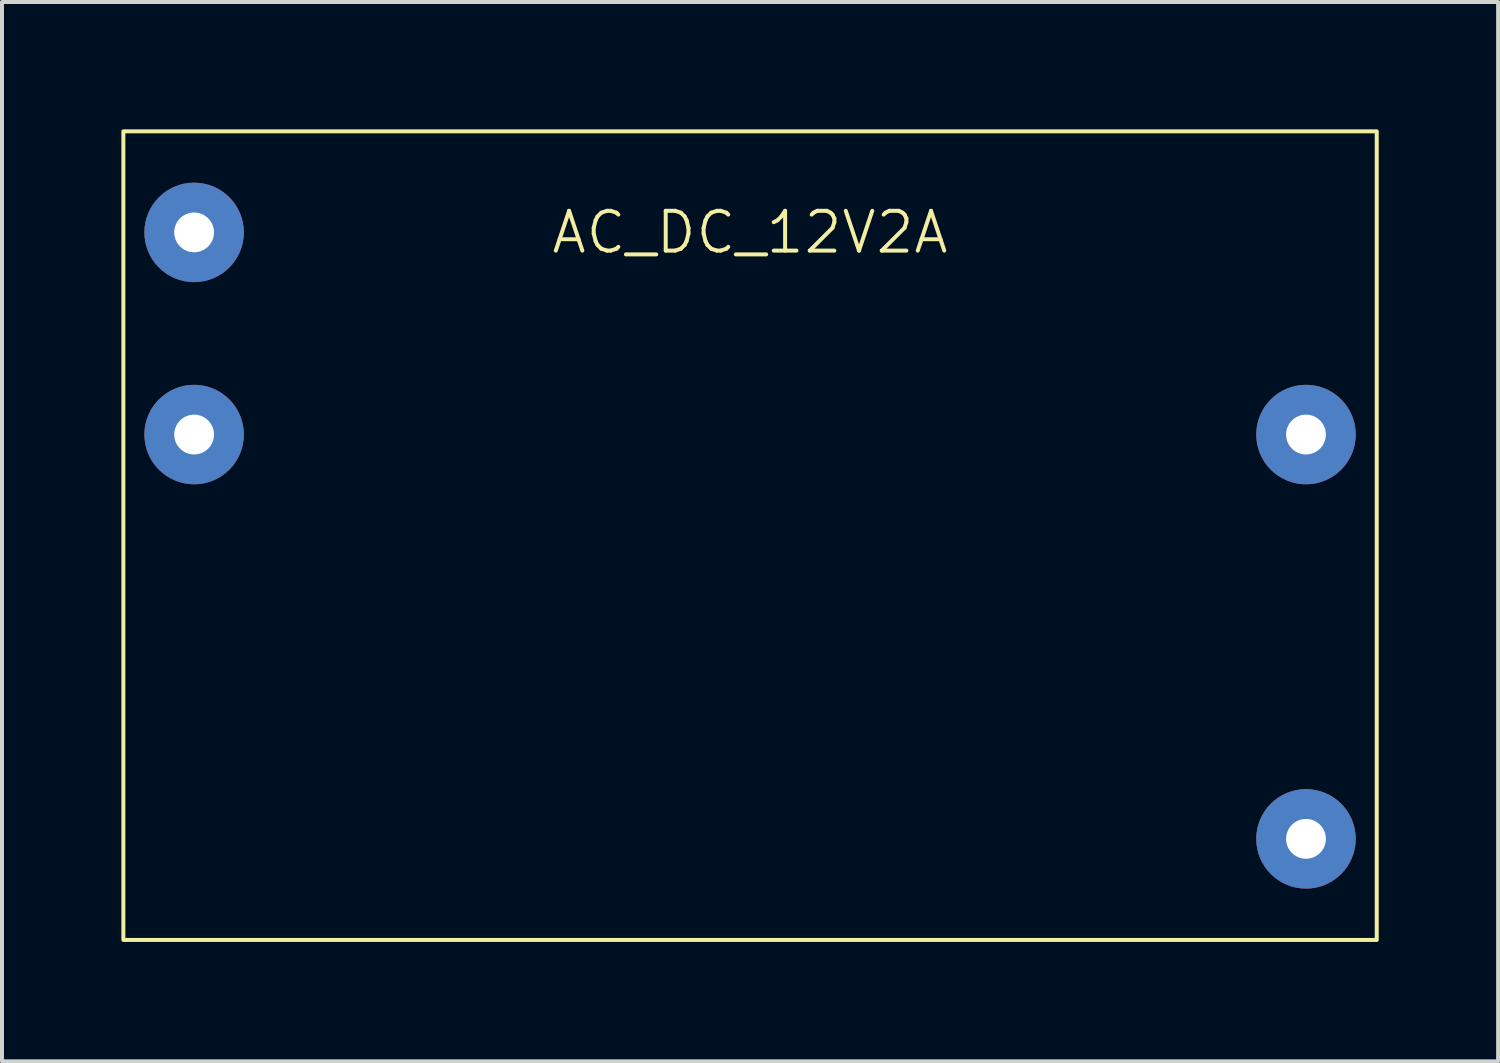
<source format=kicad_pcb>
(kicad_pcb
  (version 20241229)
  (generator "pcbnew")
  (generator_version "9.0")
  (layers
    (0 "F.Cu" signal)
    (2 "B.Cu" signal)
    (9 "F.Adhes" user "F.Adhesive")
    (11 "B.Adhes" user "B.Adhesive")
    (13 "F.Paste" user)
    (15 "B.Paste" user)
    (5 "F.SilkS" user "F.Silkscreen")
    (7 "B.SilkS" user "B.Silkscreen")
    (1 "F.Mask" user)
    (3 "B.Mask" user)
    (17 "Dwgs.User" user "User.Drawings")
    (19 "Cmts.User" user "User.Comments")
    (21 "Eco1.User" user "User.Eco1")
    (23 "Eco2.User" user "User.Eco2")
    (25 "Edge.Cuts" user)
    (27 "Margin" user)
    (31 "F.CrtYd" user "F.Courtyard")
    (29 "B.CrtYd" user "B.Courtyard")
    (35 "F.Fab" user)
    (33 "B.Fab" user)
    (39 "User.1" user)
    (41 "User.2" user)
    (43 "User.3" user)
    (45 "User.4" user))
  (footprint "AC_DC_12V2A"
    (layer "F.Cu")
    (at 0.558 0.25)
    (property "Reference" "AC_DC_12V2A" (at 15.24 2.54 0) (unlocked yes) (layer "F.SilkS") (effects (font (size 1 1) (thickness 0.1))))
    (attr through_hole)
    (fp_rect (start -0.508 0) (end 30.988 20.32) (stroke (width 0.1) (type default)) (fill no) (layer "F.SilkS"))
    (pad "1" thru_hole circle (at 1.27 2.54) (size 2.5 2.5) (drill 1) (layers "*.Cu" "*.Mask"))
    (pad "2" thru_hole circle (at 1.27 7.62) (size 2.5 2.5) (drill 1) (layers "*.Cu" "*.Mask"))
    (pad "3" thru_hole circle (at 29.21 17.78) (size 2.5 2.5) (drill 1) (layers "*.Cu" "*.Mask"))
    (pad "4" thru_hole circle (at 29.21 7.62) (size 2.5 2.5) (drill 1) (layers "*.Cu" "*.Mask")))
  (gr_rect
    (start -3 -3)
    (end 34.596 23.62)
    (stroke (width 0.1) (type default))
    (fill no)
    (layer "Edge.Cuts")))
</source>
